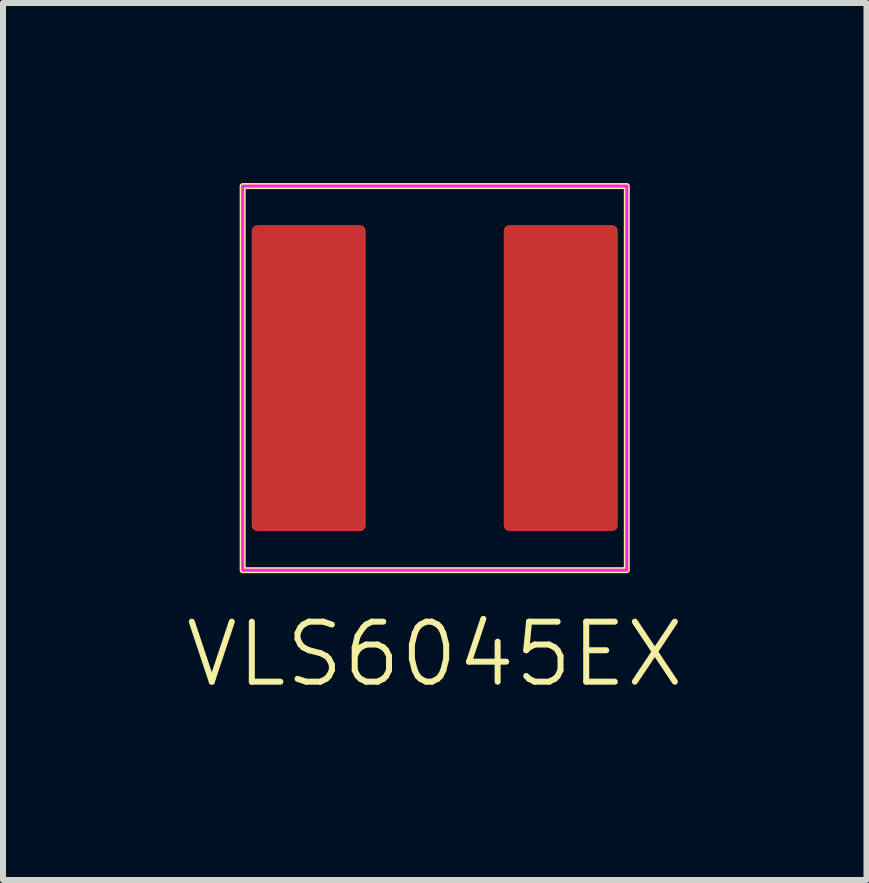
<source format=kicad_pcb>
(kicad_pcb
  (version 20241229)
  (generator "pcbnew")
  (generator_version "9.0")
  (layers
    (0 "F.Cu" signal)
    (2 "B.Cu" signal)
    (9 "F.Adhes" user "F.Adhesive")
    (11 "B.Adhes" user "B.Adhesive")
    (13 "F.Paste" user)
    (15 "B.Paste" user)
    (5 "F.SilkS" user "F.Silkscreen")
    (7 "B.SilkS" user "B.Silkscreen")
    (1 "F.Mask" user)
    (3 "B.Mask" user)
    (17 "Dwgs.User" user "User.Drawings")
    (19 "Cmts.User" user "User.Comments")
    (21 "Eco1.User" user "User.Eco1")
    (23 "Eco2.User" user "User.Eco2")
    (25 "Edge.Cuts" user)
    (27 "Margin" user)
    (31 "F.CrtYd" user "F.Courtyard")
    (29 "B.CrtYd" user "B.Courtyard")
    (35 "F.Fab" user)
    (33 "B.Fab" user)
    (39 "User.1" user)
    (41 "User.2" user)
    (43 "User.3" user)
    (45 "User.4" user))
  (footprint "VLS6045EX"
    (layer "F.Cu")
    (at 4.193 3.25)
    (property "Reference" "VLS6045EX" (at 0 4.6 0) (unlocked yes) (layer "F.SilkS") (effects (font (size 1 1) (thickness 0.1))))
    (attr smd)
    (fp_rect (start -3.2 -3.2) (end 3.2 3.2) (stroke (width 0.1) (type default)) (fill no) (layer "F.SilkS"))
    (fp_rect (start -3.2 -3.2) (end 3.2 3.2) (stroke (width 0.05) (type default)) (fill no) (layer "F.CrtYd"))
    (pad "1" smd roundrect (at -2.1 0) (size 1.9 5.1) (layers "F.Cu" "F.Mask" "F.Paste") (roundrect_rratio 0.05))
    (pad "2" smd roundrect (at 2.1 0) (size 1.9 5.1) (layers "F.Cu" "F.Mask" "F.Paste") (roundrect_rratio 0.05)))
  (gr_rect
    (start -3 -3)
    (end 11.386 11.611)
    (stroke (width 0.1) (type default))
    (fill no)
    (layer "Edge.Cuts")))
</source>
